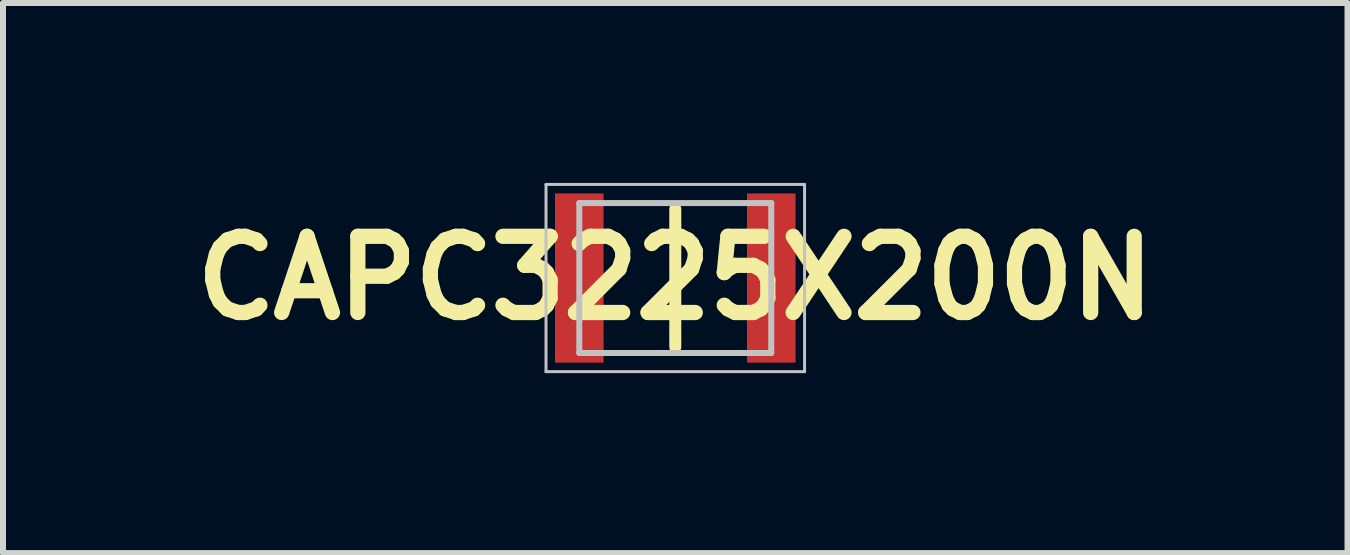
<source format=kicad_pcb>
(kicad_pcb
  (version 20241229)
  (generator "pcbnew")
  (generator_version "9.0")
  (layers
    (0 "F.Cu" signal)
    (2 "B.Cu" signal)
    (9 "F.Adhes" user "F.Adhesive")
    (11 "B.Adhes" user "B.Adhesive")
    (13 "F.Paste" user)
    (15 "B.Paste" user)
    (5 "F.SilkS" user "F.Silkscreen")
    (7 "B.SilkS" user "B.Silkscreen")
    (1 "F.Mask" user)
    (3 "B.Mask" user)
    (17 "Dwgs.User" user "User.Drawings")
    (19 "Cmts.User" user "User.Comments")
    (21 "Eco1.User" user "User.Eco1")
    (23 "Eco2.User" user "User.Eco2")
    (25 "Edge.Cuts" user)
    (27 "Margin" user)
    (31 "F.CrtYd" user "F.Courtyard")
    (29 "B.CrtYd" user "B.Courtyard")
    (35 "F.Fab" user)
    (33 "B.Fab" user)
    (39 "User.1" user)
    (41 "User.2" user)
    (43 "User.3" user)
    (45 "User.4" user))
  (footprint "CAPC3225X200N"
    (layer "F.Cu")
    (at 8.207 1.585)
    (property "Reference" "CAPC3225X200N" (at 0 0 0) (layer "F.SilkS") (effects (font (size 1.27 1.27) (thickness 0.254))))
    (attr smd)
    (fp_line (start 0 -1.15) (end 0 1.15) (stroke (width 0.2) (type solid)) (layer "F.SilkS"))
    (fp_line (start -2.155 -1.56) (end 2.155 -1.56) (stroke (width 0.05) (type solid)) (layer "Dwgs.User"))
    (fp_line (start -2.155 1.56) (end -2.155 -1.56) (stroke (width 0.05) (type solid)) (layer "Dwgs.User"))
    (fp_line (start -1.6 -1.25) (end 1.6 -1.25) (stroke (width 0.1) (type solid)) (layer "Dwgs.User"))
    (fp_line (start -1.6 1.25) (end -1.6 -1.25) (stroke (width 0.1) (type solid)) (layer "Dwgs.User"))
    (fp_line (start 1.6 -1.25) (end 1.6 1.25) (stroke (width 0.1) (type solid)) (layer "Dwgs.User"))
    (fp_line (start 1.6 1.25) (end -1.6 1.25) (stroke (width 0.1) (type solid)) (layer "Dwgs.User"))
    (fp_line (start 2.155 -1.56) (end 2.155 1.56) (stroke (width 0.05) (type solid)) (layer "Dwgs.User"))
    (fp_line (start 2.155 1.56) (end -2.155 1.56) (stroke (width 0.05) (type solid)) (layer "Dwgs.User"))
    (pad "1" smd rect (at -1.6 0) (size 0.81 2.82) (layers "F.Cu" "F.Mask" "F.Paste"))
    (pad "2" smd rect (at 1.6 0) (size 0.81 2.82) (layers "F.Cu" "F.Mask" "F.Paste")))
  (gr_rect
    (start -3 -3)
    (end 19.413 6.17)
    (stroke (width 0.1) (type default))
    (fill no)
    (layer "Edge.Cuts")))
</source>
